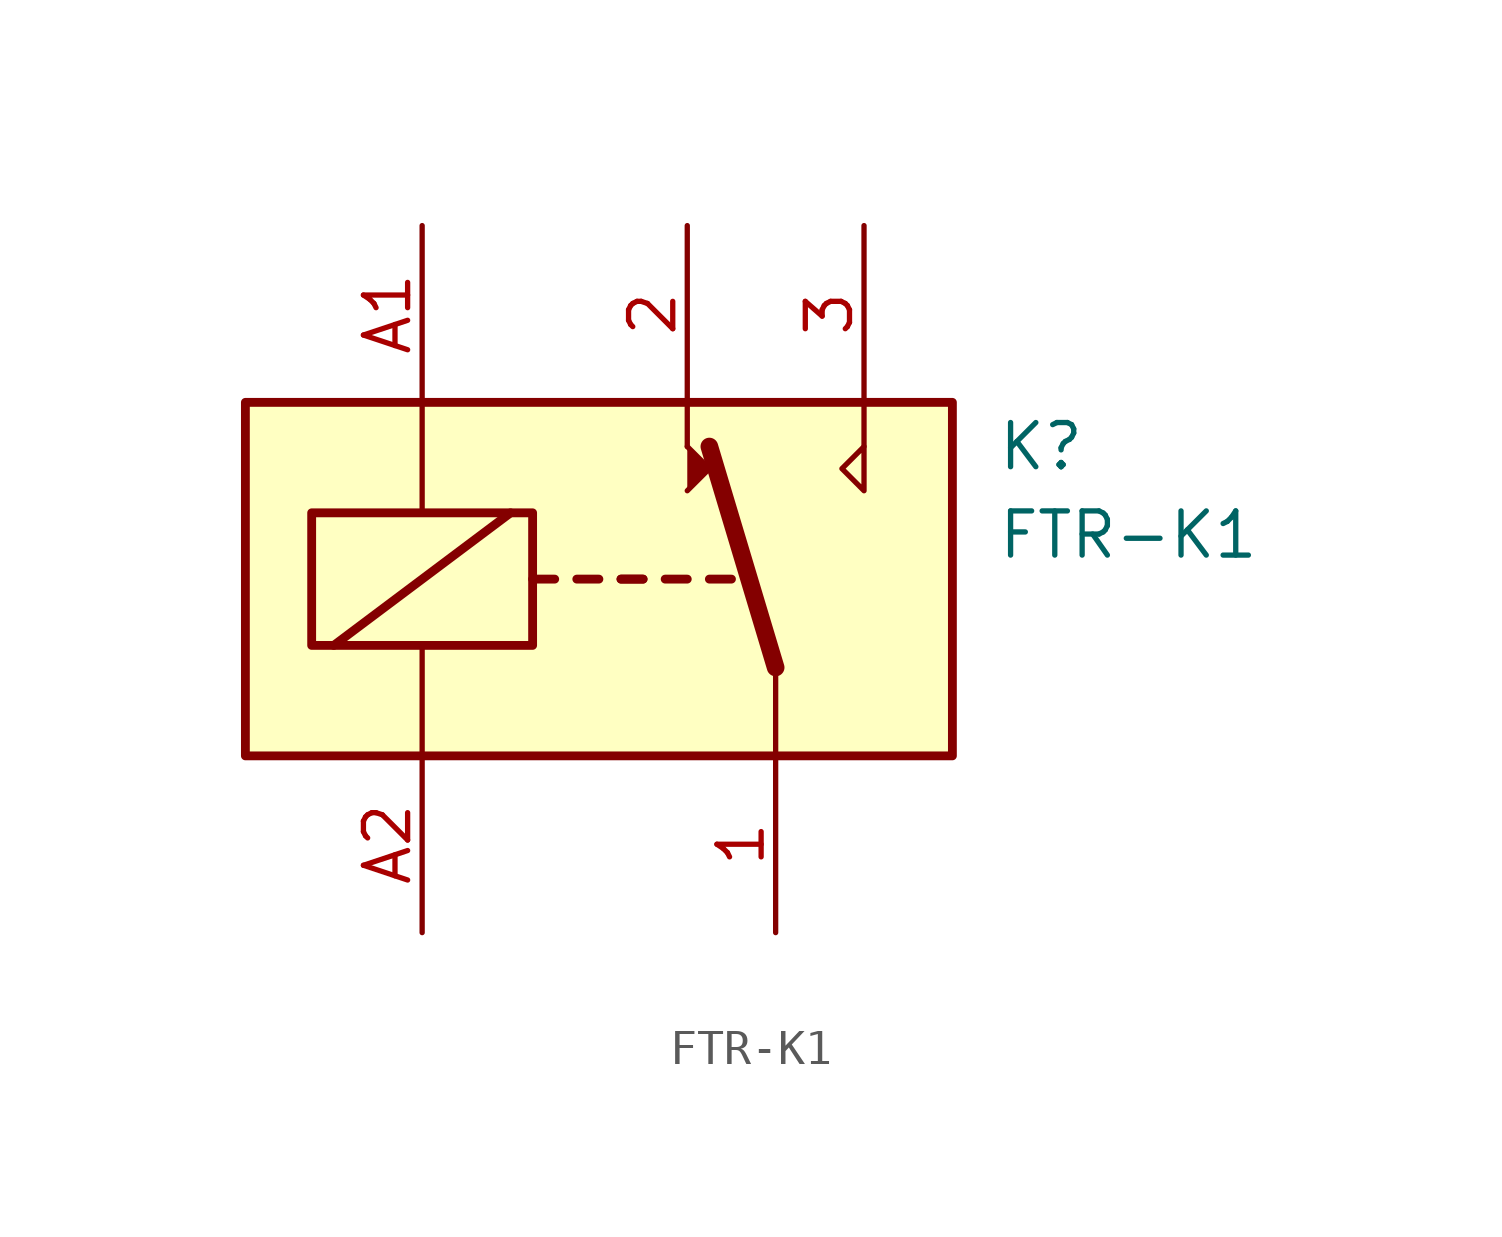
<source format=kicad_sym>
(kicad_symbol_lib
  (version 20211014)
  (generator kicad_symbol_editor)
  (symbol "FTR-K1"
    (property "Reference" "K"
      (at 11.43 3.81 0)
      (effects (font (size 1.27 1.27)) (justify left)))
    (property "Value" "FTR-K1"
      (at 11.43 1.27 0)
      (effects (font (size 1.27 1.27)) (justify left)))
    (symbol "FTR-K1_1_0"
      (polyline (pts (xy 2.54 3.81) (xy 2.54 5.08)) (stroke (width 0) (type default) (color 0 0 0 0)) (fill (type none)))
      (polyline (pts (xy 7.62 3.81) (xy 7.62 5.08)) (stroke (width 0) (type default) (color 0 0 0 0)) (fill (type none)))
      (polyline (pts (xy 7.62 3.81) (xy 7.62 2.54) (xy 6.985 3.175) (xy 7.62 3.81)) (stroke (width 0) (type default) (color 0 0 0 0)) (fill (type none))))
    (symbol "FTR-K1_1_1"
      (rectangle (start -10.16 5.08) (end 10.16 -5.08) (stroke (width 0.254) (type default) (color 0 0 0 0)) (fill (type background)))
      (rectangle (start -8.255 1.905) (end -1.905 -1.905) (stroke (width 0.254) (type default) (color 0 0 0 0)) (fill (type none)))
      (polyline (pts (xy -7.62 -1.905) (xy -2.54 1.905)) (stroke (width 0.254) (type default) (color 0 0 0 0)) (fill (type none)))
      (polyline (pts (xy -5.08 -5.08) (xy -5.08 -1.905)) (stroke (width 0) (type default) (color 0 0 0 0)) (fill (type none)))
      (polyline (pts (xy -5.08 5.08) (xy -5.08 1.905)) (stroke (width 0) (type default) (color 0 0 0 0)) (fill (type none)))
      (polyline (pts (xy -1.905 0) (xy -1.27 0)) (stroke (width 0.254) (type default) (color 0 0 0 0)) (fill (type none)))
      (polyline (pts (xy -0.635 0) (xy 0 0)) (stroke (width 0.254) (type default) (color 0 0 0 0)) (fill (type none)))
      (polyline (pts (xy 0.635 0) (xy 1.27 0)) (stroke (width 0.254) (type default) (color 0 0 0 0)) (fill (type none)))
      (polyline (pts (xy 0.635 0) (xy 1.27 0)) (stroke (width 0.254) (type default) (color 0 0 0 0)) (fill (type none)))
      (polyline (pts (xy 1.905 0) (xy 2.54 0)) (stroke (width 0.254) (type default) (color 0 0 0 0)) (fill (type none)))
      (polyline (pts (xy 3.175 0) (xy 3.81 0)) (stroke (width 0.254) (type default) (color 0 0 0 0)) (fill (type none)))
      (polyline (pts (xy 5.08 -2.54) (xy 3.175 3.81)) (stroke (width 0.508) (type default) (color 0 0 0 0)) (fill (type none)))
      (polyline (pts (xy 5.08 -2.54) (xy 5.08 -5.08)) (stroke (width 0) (type default) (color 0 0 0 0)) (fill (type none)))
      (polyline (pts (xy 2.54 2.54) (xy 3.175 3.175) (xy 2.54 3.81)) (stroke (width 0) (type default) (color 0 0 0 0)) (fill (type outline)))
      (pin passive line (at 5.08 -10.16 90) (length 5.08) (name "~" (effects (font (size 1.27 1.27)))) (number "1" (effects (font (size 1.27 1.27)))))
      (pin passive line (at 2.54 10.16 270) (length 5.08) (name "~" (effects (font (size 1.27 1.27)))) (number "2" (effects (font (size 1.27 1.27)))))
      (pin passive line (at 7.62 10.16 270) (length 5.08) (name "~" (effects (font (size 1.27 1.27)))) (number "3" (effects (font (size 1.27 1.27)))))
      (pin passive line (at -5.08 10.16 270) (length 5.08) (name "~" (effects (font (size 1.27 1.27)))) (number "A1" (effects (font (size 1.27 1.27)))))
      (pin passive line (at -5.08 -10.16 90) (length 5.08) (name "~" (effects (font (size 1.27 1.27)))) (number "A2" (effects (font (size 1.27 1.27))))))))
</source>
